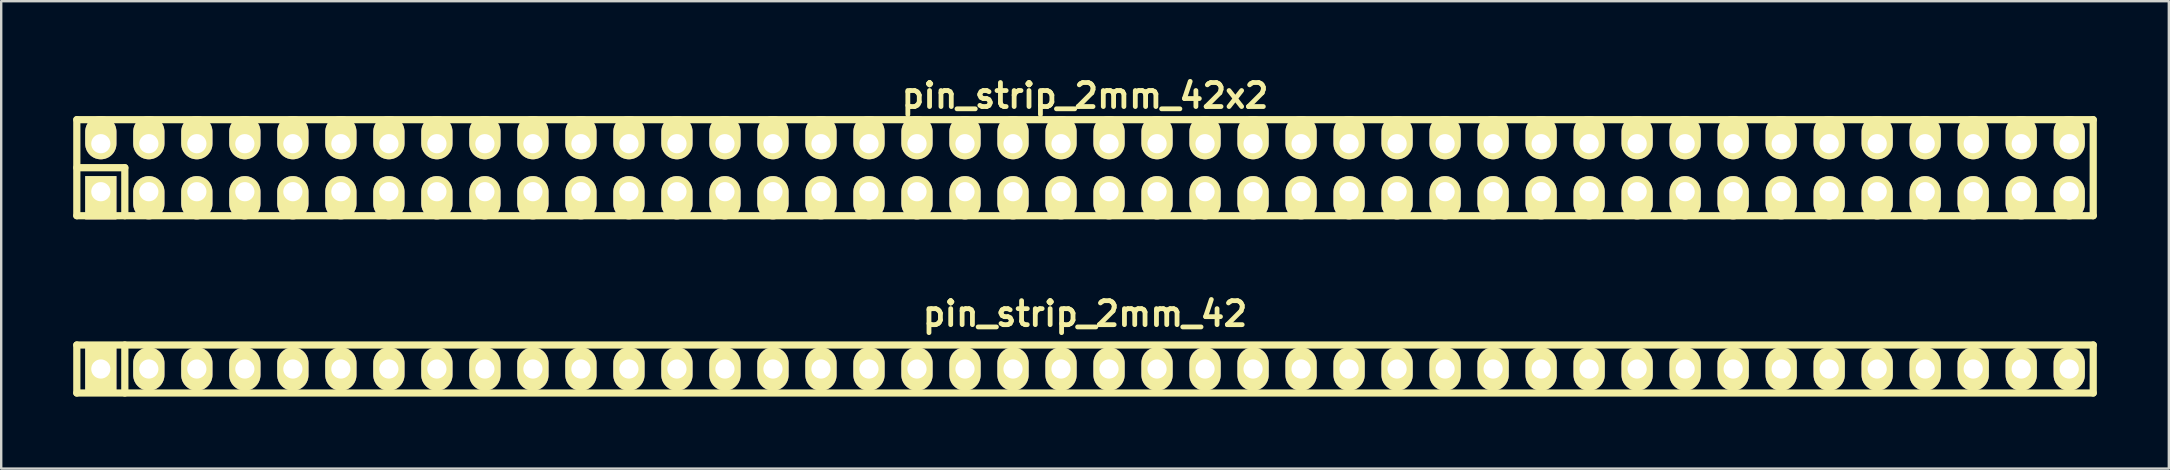
<source format=kicad_pcb>
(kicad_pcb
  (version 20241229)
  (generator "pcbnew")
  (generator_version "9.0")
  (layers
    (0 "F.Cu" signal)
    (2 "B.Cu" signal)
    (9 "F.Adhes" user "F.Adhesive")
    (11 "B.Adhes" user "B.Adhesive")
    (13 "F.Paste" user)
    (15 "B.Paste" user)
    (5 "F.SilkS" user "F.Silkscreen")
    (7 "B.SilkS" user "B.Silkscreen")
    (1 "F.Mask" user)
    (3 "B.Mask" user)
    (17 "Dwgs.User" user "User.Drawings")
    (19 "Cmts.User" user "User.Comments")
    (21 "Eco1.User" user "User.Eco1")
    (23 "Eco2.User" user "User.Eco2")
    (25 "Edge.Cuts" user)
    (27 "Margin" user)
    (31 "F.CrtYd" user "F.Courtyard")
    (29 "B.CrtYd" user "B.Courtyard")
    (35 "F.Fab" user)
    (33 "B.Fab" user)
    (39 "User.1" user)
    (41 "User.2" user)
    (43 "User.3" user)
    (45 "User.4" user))
  (footprint "pin_strip_2mm_42"
    (layer "F.Cu")
    (at 42.15 12.322)
    (property "Reference" "pin_strip_2mm_42" (at 0 -2.3 0) (layer "F.SilkS") (effects (font (size 1 1) (thickness 0.2))))
    (attr through_hole)
    (fp_line (start -42 -1) (end 42 -1) (stroke (width 0.3) (type solid)) (layer "F.SilkS"))
    (fp_line (start -42 1) (end -42 -1) (stroke (width 0.3) (type solid)) (layer "F.SilkS"))
    (fp_line (start -40 -1) (end -40 1) (stroke (width 0.3) (type solid)) (layer "F.SilkS"))
    (fp_line (start 42 -1) (end 42 1) (stroke (width 0.3) (type solid)) (layer "F.SilkS"))
    (fp_line (start 42 1) (end -42 1) (stroke (width 0.3) (type solid)) (layer "F.SilkS"))
    (pad "1" thru_hole rect (at -41 0) (size 1.3 1.8) (drill 0.8) (layers "*.Cu" "*.Mask" "F.SilkS"))
    (pad "2" thru_hole oval (at -39 0) (size 1.3 1.8) (drill 0.8) (layers "*.Cu" "*.Mask" "F.SilkS"))
    (pad "3" thru_hole oval (at -37 0) (size 1.3 1.8) (drill 0.8) (layers "*.Cu" "*.Mask" "F.SilkS"))
    (pad "4" thru_hole oval (at -35 0) (size 1.3 1.8) (drill 0.8) (layers "*.Cu" "*.Mask" "F.SilkS"))
    (pad "5" thru_hole oval (at -33 0) (size 1.3 1.8) (drill 0.8) (layers "*.Cu" "*.Mask" "F.SilkS"))
    (pad "6" thru_hole oval (at -31 0) (size 1.3 1.8) (drill 0.8) (layers "*.Cu" "*.Mask" "F.SilkS"))
    (pad "7" thru_hole oval (at -29 0) (size 1.3 1.8) (drill 0.8) (layers "*.Cu" "*.Mask" "F.SilkS"))
    (pad "8" thru_hole oval (at -27 0) (size 1.3 1.8) (drill 0.8) (layers "*.Cu" "*.Mask" "F.SilkS"))
    (pad "9" thru_hole oval (at -25 0) (size 1.3 1.8) (drill 0.8) (layers "*.Cu" "*.Mask" "F.SilkS"))
    (pad "10" thru_hole oval (at -23 0) (size 1.3 1.8) (drill 0.8) (layers "*.Cu" "*.Mask" "F.SilkS"))
    (pad "11" thru_hole oval (at -21 0) (size 1.3 1.8) (drill 0.8) (layers "*.Cu" "*.Mask" "F.SilkS"))
    (pad "12" thru_hole oval (at -19 0) (size 1.3 1.8) (drill 0.8) (layers "*.Cu" "*.Mask" "F.SilkS"))
    (pad "13" thru_hole oval (at -17 0) (size 1.3 1.8) (drill 0.8) (layers "*.Cu" "*.Mask" "F.SilkS"))
    (pad "14" thru_hole oval (at -15 0) (size 1.3 1.8) (drill 0.8) (layers "*.Cu" "*.Mask" "F.SilkS"))
    (pad "15" thru_hole oval (at -13 0) (size 1.3 1.8) (drill 0.8) (layers "*.Cu" "*.Mask" "F.SilkS"))
    (pad "16" thru_hole oval (at -11 0) (size 1.3 1.8) (drill 0.8) (layers "*.Cu" "*.Mask" "F.SilkS"))
    (pad "17" thru_hole oval (at -9 0) (size 1.3 1.8) (drill 0.8) (layers "*.Cu" "*.Mask" "F.SilkS"))
    (pad "18" thru_hole oval (at -7 0) (size 1.3 1.8) (drill 0.8) (layers "*.Cu" "*.Mask" "F.SilkS"))
    (pad "19" thru_hole oval (at -5 0) (size 1.3 1.8) (drill 0.8) (layers "*.Cu" "*.Mask" "F.SilkS"))
    (pad "20" thru_hole oval (at -3 0) (size 1.3 1.8) (drill 0.8) (layers "*.Cu" "*.Mask" "F.SilkS"))
    (pad "21" thru_hole oval (at -1 0) (size 1.3 1.8) (drill 0.8) (layers "*.Cu" "*.Mask" "F.SilkS"))
    (pad "22" thru_hole oval (at 1 0) (size 1.3 1.8) (drill 0.8) (layers "*.Cu" "*.Mask" "F.SilkS"))
    (pad "23" thru_hole oval (at 3 0) (size 1.3 1.8) (drill 0.8) (layers "*.Cu" "*.Mask" "F.SilkS"))
    (pad "24" thru_hole oval (at 5 0) (size 1.3 1.8) (drill 0.8) (layers "*.Cu" "*.Mask" "F.SilkS"))
    (pad "25" thru_hole oval (at 7 0) (size 1.3 1.8) (drill 0.8) (layers "*.Cu" "*.Mask" "F.SilkS"))
    (pad "26" thru_hole oval (at 9 0) (size 1.3 1.8) (drill 0.8) (layers "*.Cu" "*.Mask" "F.SilkS"))
    (pad "27" thru_hole oval (at 11 0) (size 1.3 1.8) (drill 0.8) (layers "*.Cu" "*.Mask" "F.SilkS"))
    (pad "28" thru_hole oval (at 13 0) (size 1.3 1.8) (drill 0.8) (layers "*.Cu" "*.Mask" "F.SilkS"))
    (pad "29" thru_hole oval (at 15 0) (size 1.3 1.8) (drill 0.8) (layers "*.Cu" "*.Mask" "F.SilkS"))
    (pad "30" thru_hole oval (at 17 0) (size 1.3 1.8) (drill 0.8) (layers "*.Cu" "*.Mask" "F.SilkS"))
    (pad "31" thru_hole oval (at 19 0) (size 1.3 1.8) (drill 0.8) (layers "*.Cu" "*.Mask" "F.SilkS"))
    (pad "32" thru_hole oval (at 21 0) (size 1.3 1.8) (drill 0.8) (layers "*.Cu" "*.Mask" "F.SilkS"))
    (pad "33" thru_hole oval (at 23 0) (size 1.3 1.8) (drill 0.8) (layers "*.Cu" "*.Mask" "F.SilkS"))
    (pad "34" thru_hole oval (at 25 0) (size 1.3 1.8) (drill 0.8) (layers "*.Cu" "*.Mask" "F.SilkS"))
    (pad "35" thru_hole oval (at 27 0) (size 1.3 1.8) (drill 0.8) (layers "*.Cu" "*.Mask" "F.SilkS"))
    (pad "36" thru_hole oval (at 29 0) (size 1.3 1.8) (drill 0.8) (layers "*.Cu" "*.Mask" "F.SilkS"))
    (pad "37" thru_hole oval (at 31 0) (size 1.3 1.8) (drill 0.8) (layers "*.Cu" "*.Mask" "F.SilkS"))
    (pad "38" thru_hole oval (at 33 0) (size 1.3 1.8) (drill 0.8) (layers "*.Cu" "*.Mask" "F.SilkS"))
    (pad "39" thru_hole oval (at 35 0) (size 1.3 1.8) (drill 0.8) (layers "*.Cu" "*.Mask" "F.SilkS"))
    (pad "40" thru_hole oval (at 37 0) (size 1.3 1.8) (drill 0.8) (layers "*.Cu" "*.Mask" "F.SilkS"))
    (pad "41" thru_hole oval (at 39 0) (size 1.3 1.8) (drill 0.8) (layers "*.Cu" "*.Mask" "F.SilkS"))
    (pad "42" thru_hole oval (at 41 0) (size 1.3 1.8) (drill 0.8) (layers "*.Cu" "*.Mask" "F.SilkS")))
  (footprint "pin_strip_2mm_42x2"
    (layer "F.Cu")
    (at 42.15 3.936)
    (property "Reference" "pin_strip_2mm_42x2" (at 0 -3 0) (layer "F.SilkS") (effects (font (size 1 1) (thickness 0.2))))
    (attr through_hole)
    (fp_line (start -42 -2) (end 42 -2) (stroke (width 0.3) (type solid)) (layer "F.SilkS"))
    (fp_line (start -42 0) (end -40 0) (stroke (width 0.3) (type solid)) (layer "F.SilkS"))
    (fp_line (start -42 2) (end -42 -2) (stroke (width 0.3) (type solid)) (layer "F.SilkS"))
    (fp_line (start -40 0) (end -40 2) (stroke (width 0.3) (type solid)) (layer "F.SilkS"))
    (fp_line (start 42 -2) (end 42 2) (stroke (width 0.3) (type solid)) (layer "F.SilkS"))
    (fp_line (start 42 2) (end -42 2) (stroke (width 0.3) (type solid)) (layer "F.SilkS"))
    (pad "1" thru_hole rect (at -41 1) (size 1.3 1.8) (drill 0.8 (offset 0 0.25)) (layers "*.Cu" "*.Mask" "F.SilkS"))
    (pad "2" thru_hole oval (at -41 -1) (size 1.3 1.8) (drill 0.8 (offset 0 -0.25)) (layers "*.Cu" "*.Mask" "F.SilkS"))
    (pad "3" thru_hole oval (at -39 1) (size 1.3 1.8) (drill 0.8 (offset 0 0.25)) (layers "*.Cu" "*.Mask" "F.SilkS"))
    (pad "4" thru_hole oval (at -39 -1) (size 1.3 1.8) (drill 0.8 (offset 0 -0.25)) (layers "*.Cu" "*.Mask" "F.SilkS"))
    (pad "5" thru_hole oval (at -37 1) (size 1.3 1.8) (drill 0.8 (offset 0 0.25)) (layers "*.Cu" "*.Mask" "F.SilkS"))
    (pad "6" thru_hole oval (at -37 -1) (size 1.3 1.8) (drill 0.8 (offset 0 -0.25)) (layers "*.Cu" "*.Mask" "F.SilkS"))
    (pad "7" thru_hole oval (at -35 1) (size 1.3 1.8) (drill 0.8 (offset 0 0.25)) (layers "*.Cu" "*.Mask" "F.SilkS"))
    (pad "8" thru_hole oval (at -35 -1) (size 1.3 1.8) (drill 0.8 (offset 0 -0.25)) (layers "*.Cu" "*.Mask" "F.SilkS"))
    (pad "9" thru_hole oval (at -33 1) (size 1.3 1.8) (drill 0.8 (offset 0 0.25)) (layers "*.Cu" "*.Mask" "F.SilkS"))
    (pad "10" thru_hole oval (at -33 -1) (size 1.3 1.8) (drill 0.8 (offset 0 -0.25)) (layers "*.Cu" "*.Mask" "F.SilkS"))
    (pad "11" thru_hole oval (at -31 1) (size 1.3 1.8) (drill 0.8 (offset 0 0.25)) (layers "*.Cu" "*.Mask" "F.SilkS"))
    (pad "12" thru_hole oval (at -31 -1) (size 1.3 1.8) (drill 0.8 (offset 0 -0.25)) (layers "*.Cu" "*.Mask" "F.SilkS"))
    (pad "13" thru_hole oval (at -29 1) (size 1.3 1.8) (drill 0.8 (offset 0 0.25)) (layers "*.Cu" "*.Mask" "F.SilkS"))
    (pad "14" thru_hole oval (at -29 -1) (size 1.3 1.8) (drill 0.8 (offset 0 -0.25)) (layers "*.Cu" "*.Mask" "F.SilkS"))
    (pad "15" thru_hole oval (at -27 1) (size 1.3 1.8) (drill 0.8 (offset 0 0.25)) (layers "*.Cu" "*.Mask" "F.SilkS"))
    (pad "16" thru_hole oval (at -27 -1) (size 1.3 1.8) (drill 0.8 (offset 0 -0.25)) (layers "*.Cu" "*.Mask" "F.SilkS"))
    (pad "17" thru_hole oval (at -25 1) (size 1.3 1.8) (drill 0.8 (offset 0 0.25)) (layers "*.Cu" "*.Mask" "F.SilkS"))
    (pad "18" thru_hole oval (at -25 -1) (size 1.3 1.8) (drill 0.8 (offset 0 -0.25)) (layers "*.Cu" "*.Mask" "F.SilkS"))
    (pad "19" thru_hole oval (at -23 1) (size 1.3 1.8) (drill 0.8 (offset 0 0.25)) (layers "*.Cu" "*.Mask" "F.SilkS"))
    (pad "20" thru_hole oval (at -23 -1) (size 1.3 1.8) (drill 0.8 (offset 0 -0.25)) (layers "*.Cu" "*.Mask" "F.SilkS"))
    (pad "21" thru_hole oval (at -21 1) (size 1.3 1.8) (drill 0.8 (offset 0 0.25)) (layers "*.Cu" "*.Mask" "F.SilkS"))
    (pad "22" thru_hole oval (at -21 -1) (size 1.3 1.8) (drill 0.8 (offset 0 -0.25)) (layers "*.Cu" "*.Mask" "F.SilkS"))
    (pad "23" thru_hole oval (at -19 1) (size 1.3 1.8) (drill 0.8 (offset 0 0.25)) (layers "*.Cu" "*.Mask" "F.SilkS"))
    (pad "24" thru_hole oval (at -19 -1) (size 1.3 1.8) (drill 0.8 (offset 0 -0.25)) (layers "*.Cu" "*.Mask" "F.SilkS"))
    (pad "25" thru_hole oval (at -17 1) (size 1.3 1.8) (drill 0.8 (offset 0 0.25)) (layers "*.Cu" "*.Mask" "F.SilkS"))
    (pad "26" thru_hole oval (at -17 -1) (size 1.3 1.8) (drill 0.8 (offset 0 -0.25)) (layers "*.Cu" "*.Mask" "F.SilkS"))
    (pad "27" thru_hole oval (at -15 1) (size 1.3 1.8) (drill 0.8 (offset 0 0.25)) (layers "*.Cu" "*.Mask" "F.SilkS"))
    (pad "28" thru_hole oval (at -15 -1) (size 1.3 1.8) (drill 0.8 (offset 0 -0.25)) (layers "*.Cu" "*.Mask" "F.SilkS"))
    (pad "29" thru_hole oval (at -13 1) (size 1.3 1.8) (drill 0.8 (offset 0 0.25)) (layers "*.Cu" "*.Mask" "F.SilkS"))
    (pad "30" thru_hole oval (at -13 -1) (size 1.3 1.8) (drill 0.8 (offset 0 -0.25)) (layers "*.Cu" "*.Mask" "F.SilkS"))
    (pad "31" thru_hole oval (at -11 1) (size 1.3 1.8) (drill 0.8 (offset 0 0.25)) (layers "*.Cu" "*.Mask" "F.SilkS"))
    (pad "32" thru_hole oval (at -11 -1) (size 1.3 1.8) (drill 0.8 (offset 0 -0.25)) (layers "*.Cu" "*.Mask" "F.SilkS"))
    (pad "33" thru_hole oval (at -9 1) (size 1.3 1.8) (drill 0.8 (offset 0 0.25)) (layers "*.Cu" "*.Mask" "F.SilkS"))
    (pad "34" thru_hole oval (at -9 -1) (size 1.3 1.8) (drill 0.8 (offset 0 -0.25)) (layers "*.Cu" "*.Mask" "F.SilkS"))
    (pad "35" thru_hole oval (at -7 1) (size 1.3 1.8) (drill 0.8 (offset 0 0.25)) (layers "*.Cu" "*.Mask" "F.SilkS"))
    (pad "36" thru_hole oval (at -7 -1) (size 1.3 1.8) (drill 0.8 (offset 0 -0.25)) (layers "*.Cu" "*.Mask" "F.SilkS"))
    (pad "37" thru_hole oval (at -5 1) (size 1.3 1.8) (drill 0.8 (offset 0 0.25)) (layers "*.Cu" "*.Mask" "F.SilkS"))
    (pad "38" thru_hole oval (at -5 -1) (size 1.3 1.8) (drill 0.8 (offset 0 -0.25)) (layers "*.Cu" "*.Mask" "F.SilkS"))
    (pad "39" thru_hole oval (at -3 1) (size 1.3 1.8) (drill 0.8 (offset 0 0.25)) (layers "*.Cu" "*.Mask" "F.SilkS"))
    (pad "40" thru_hole oval (at -3 -1) (size 1.3 1.8) (drill 0.8 (offset 0 -0.25)) (layers "*.Cu" "*.Mask" "F.SilkS"))
    (pad "41" thru_hole oval (at -1 1) (size 1.3 1.8) (drill 0.8 (offset 0 0.25)) (layers "*.Cu" "*.Mask" "F.SilkS"))
    (pad "42" thru_hole oval (at -1 -1) (size 1.3 1.8) (drill 0.8 (offset 0 -0.25)) (layers "*.Cu" "*.Mask" "F.SilkS"))
    (pad "43" thru_hole oval (at 1 1) (size 1.3 1.8) (drill 0.8 (offset 0 0.25)) (layers "*.Cu" "*.Mask" "F.SilkS"))
    (pad "44" thru_hole oval (at 1 -1) (size 1.3 1.8) (drill 0.8 (offset 0 -0.25)) (layers "*.Cu" "*.Mask" "F.SilkS"))
    (pad "45" thru_hole oval (at 3 1) (size 1.3 1.8) (drill 0.8 (offset 0 0.25)) (layers "*.Cu" "*.Mask" "F.SilkS"))
    (pad "46" thru_hole oval (at 3 -1) (size 1.3 1.8) (drill 0.8 (offset 0 -0.25)) (layers "*.Cu" "*.Mask" "F.SilkS"))
    (pad "47" thru_hole oval (at 5 1) (size 1.3 1.8) (drill 0.8 (offset 0 0.25)) (layers "*.Cu" "*.Mask" "F.SilkS"))
    (pad "48" thru_hole oval (at 5 -1) (size 1.3 1.8) (drill 0.8 (offset 0 -0.25)) (layers "*.Cu" "*.Mask" "F.SilkS"))
    (pad "49" thru_hole oval (at 7 1) (size 1.3 1.8) (drill 0.8 (offset 0 0.25)) (layers "*.Cu" "*.Mask" "F.SilkS"))
    (pad "50" thru_hole oval (at 7 -1) (size 1.3 1.8) (drill 0.8 (offset 0 -0.25)) (layers "*.Cu" "*.Mask" "F.SilkS"))
    (pad "51" thru_hole oval (at 9 1) (size 1.3 1.8) (drill 0.8 (offset 0 0.25)) (layers "*.Cu" "*.Mask" "F.SilkS"))
    (pad "52" thru_hole oval (at 9 -1) (size 1.3 1.8) (drill 0.8 (offset 0 -0.25)) (layers "*.Cu" "*.Mask" "F.SilkS"))
    (pad "53" thru_hole oval (at 11 1) (size 1.3 1.8) (drill 0.8 (offset 0 0.25)) (layers "*.Cu" "*.Mask" "F.SilkS"))
    (pad "54" thru_hole oval (at 11 -1) (size 1.3 1.8) (drill 0.8 (offset 0 -0.25)) (layers "*.Cu" "*.Mask" "F.SilkS"))
    (pad "55" thru_hole oval (at 13 1) (size 1.3 1.8) (drill 0.8 (offset 0 0.25)) (layers "*.Cu" "*.Mask" "F.SilkS"))
    (pad "56" thru_hole oval (at 13 -1) (size 1.3 1.8) (drill 0.8 (offset 0 -0.25)) (layers "*.Cu" "*.Mask" "F.SilkS"))
    (pad "57" thru_hole oval (at 15 1) (size 1.3 1.8) (drill 0.8 (offset 0 0.25)) (layers "*.Cu" "*.Mask" "F.SilkS"))
    (pad "58" thru_hole oval (at 15 -1) (size 1.3 1.8) (drill 0.8 (offset 0 -0.25)) (layers "*.Cu" "*.Mask" "F.SilkS"))
    (pad "59" thru_hole oval (at 17 1) (size 1.3 1.8) (drill 0.8 (offset 0 0.25)) (layers "*.Cu" "*.Mask" "F.SilkS"))
    (pad "60" thru_hole oval (at 17 -1) (size 1.3 1.8) (drill 0.8 (offset 0 -0.25)) (layers "*.Cu" "*.Mask" "F.SilkS"))
    (pad "61" thru_hole oval (at 19 1) (size 1.3 1.8) (drill 0.8 (offset 0 0.25)) (layers "*.Cu" "*.Mask" "F.SilkS"))
    (pad "62" thru_hole oval (at 19 -1) (size 1.3 1.8) (drill 0.8 (offset 0 -0.25)) (layers "*.Cu" "*.Mask" "F.SilkS"))
    (pad "63" thru_hole oval (at 21 1) (size 1.3 1.8) (drill 0.8 (offset 0 0.25)) (layers "*.Cu" "*.Mask" "F.SilkS"))
    (pad "64" thru_hole oval (at 21 -1) (size 1.3 1.8) (drill 0.8 (offset 0 -0.25)) (layers "*.Cu" "*.Mask" "F.SilkS"))
    (pad "65" thru_hole oval (at 23 1) (size 1.3 1.8) (drill 0.8 (offset 0 0.25)) (layers "*.Cu" "*.Mask" "F.SilkS"))
    (pad "66" thru_hole oval (at 23 -1) (size 1.3 1.8) (drill 0.8 (offset 0 -0.25)) (layers "*.Cu" "*.Mask" "F.SilkS"))
    (pad "67" thru_hole oval (at 25 1) (size 1.3 1.8) (drill 0.8 (offset 0 0.25)) (layers "*.Cu" "*.Mask" "F.SilkS"))
    (pad "68" thru_hole oval (at 25 -1) (size 1.3 1.8) (drill 0.8 (offset 0 -0.25)) (layers "*.Cu" "*.Mask" "F.SilkS"))
    (pad "69" thru_hole oval (at 27 1) (size 1.3 1.8) (drill 0.8 (offset 0 0.25)) (layers "*.Cu" "*.Mask" "F.SilkS"))
    (pad "70" thru_hole oval (at 27 -1) (size 1.3 1.8) (drill 0.8 (offset 0 -0.25)) (layers "*.Cu" "*.Mask" "F.SilkS"))
    (pad "71" thru_hole oval (at 29 1) (size 1.3 1.8) (drill 0.8 (offset 0 0.25)) (layers "*.Cu" "*.Mask" "F.SilkS"))
    (pad "72" thru_hole oval (at 29 -1) (size 1.3 1.8) (drill 0.8 (offset 0 -0.25)) (layers "*.Cu" "*.Mask" "F.SilkS"))
    (pad "73" thru_hole oval (at 31 1) (size 1.3 1.8) (drill 0.8 (offset 0 0.25)) (layers "*.Cu" "*.Mask" "F.SilkS"))
    (pad "74" thru_hole oval (at 31 -1) (size 1.3 1.8) (drill 0.8 (offset 0 -0.25)) (layers "*.Cu" "*.Mask" "F.SilkS"))
    (pad "75" thru_hole oval (at 33 1) (size 1.3 1.8) (drill 0.8 (offset 0 0.25)) (layers "*.Cu" "*.Mask" "F.SilkS"))
    (pad "76" thru_hole oval (at 33 -1) (size 1.3 1.8) (drill 0.8 (offset 0 -0.25)) (layers "*.Cu" "*.Mask" "F.SilkS"))
    (pad "77" thru_hole oval (at 35 1) (size 1.3 1.8) (drill 0.8 (offset 0 0.25)) (layers "*.Cu" "*.Mask" "F.SilkS"))
    (pad "78" thru_hole oval (at 35 -1) (size 1.3 1.8) (drill 0.8 (offset 0 -0.25)) (layers "*.Cu" "*.Mask" "F.SilkS"))
    (pad "79" thru_hole oval (at 37 1) (size 1.3 1.8) (drill 0.8 (offset 0 0.25)) (layers "*.Cu" "*.Mask" "F.SilkS"))
    (pad "80" thru_hole oval (at 37 -1) (size 1.3 1.8) (drill 0.8 (offset 0 -0.25)) (layers "*.Cu" "*.Mask" "F.SilkS"))
    (pad "81" thru_hole oval (at 39 1) (size 1.3 1.8) (drill 0.8 (offset 0 0.25)) (layers "*.Cu" "*.Mask" "F.SilkS"))
    (pad "82" thru_hole oval (at 39 -1) (size 1.3 1.8) (drill 0.8 (offset 0 -0.25)) (layers "*.Cu" "*.Mask" "F.SilkS"))
    (pad "83" thru_hole oval (at 41 1) (size 1.3 1.8) (drill 0.8 (offset 0 0.25)) (layers "*.Cu" "*.Mask" "F.SilkS"))
    (pad "84" thru_hole oval (at 41 -1) (size 1.3 1.8) (drill 0.8 (offset 0 -0.25)) (layers "*.Cu" "*.Mask" "F.SilkS")))
  (gr_rect
    (start -3 -3)
    (end 87.3 16.472)
    (stroke (width 0.1) (type default))
    (fill no)
    (layer "Edge.Cuts")))
</source>
